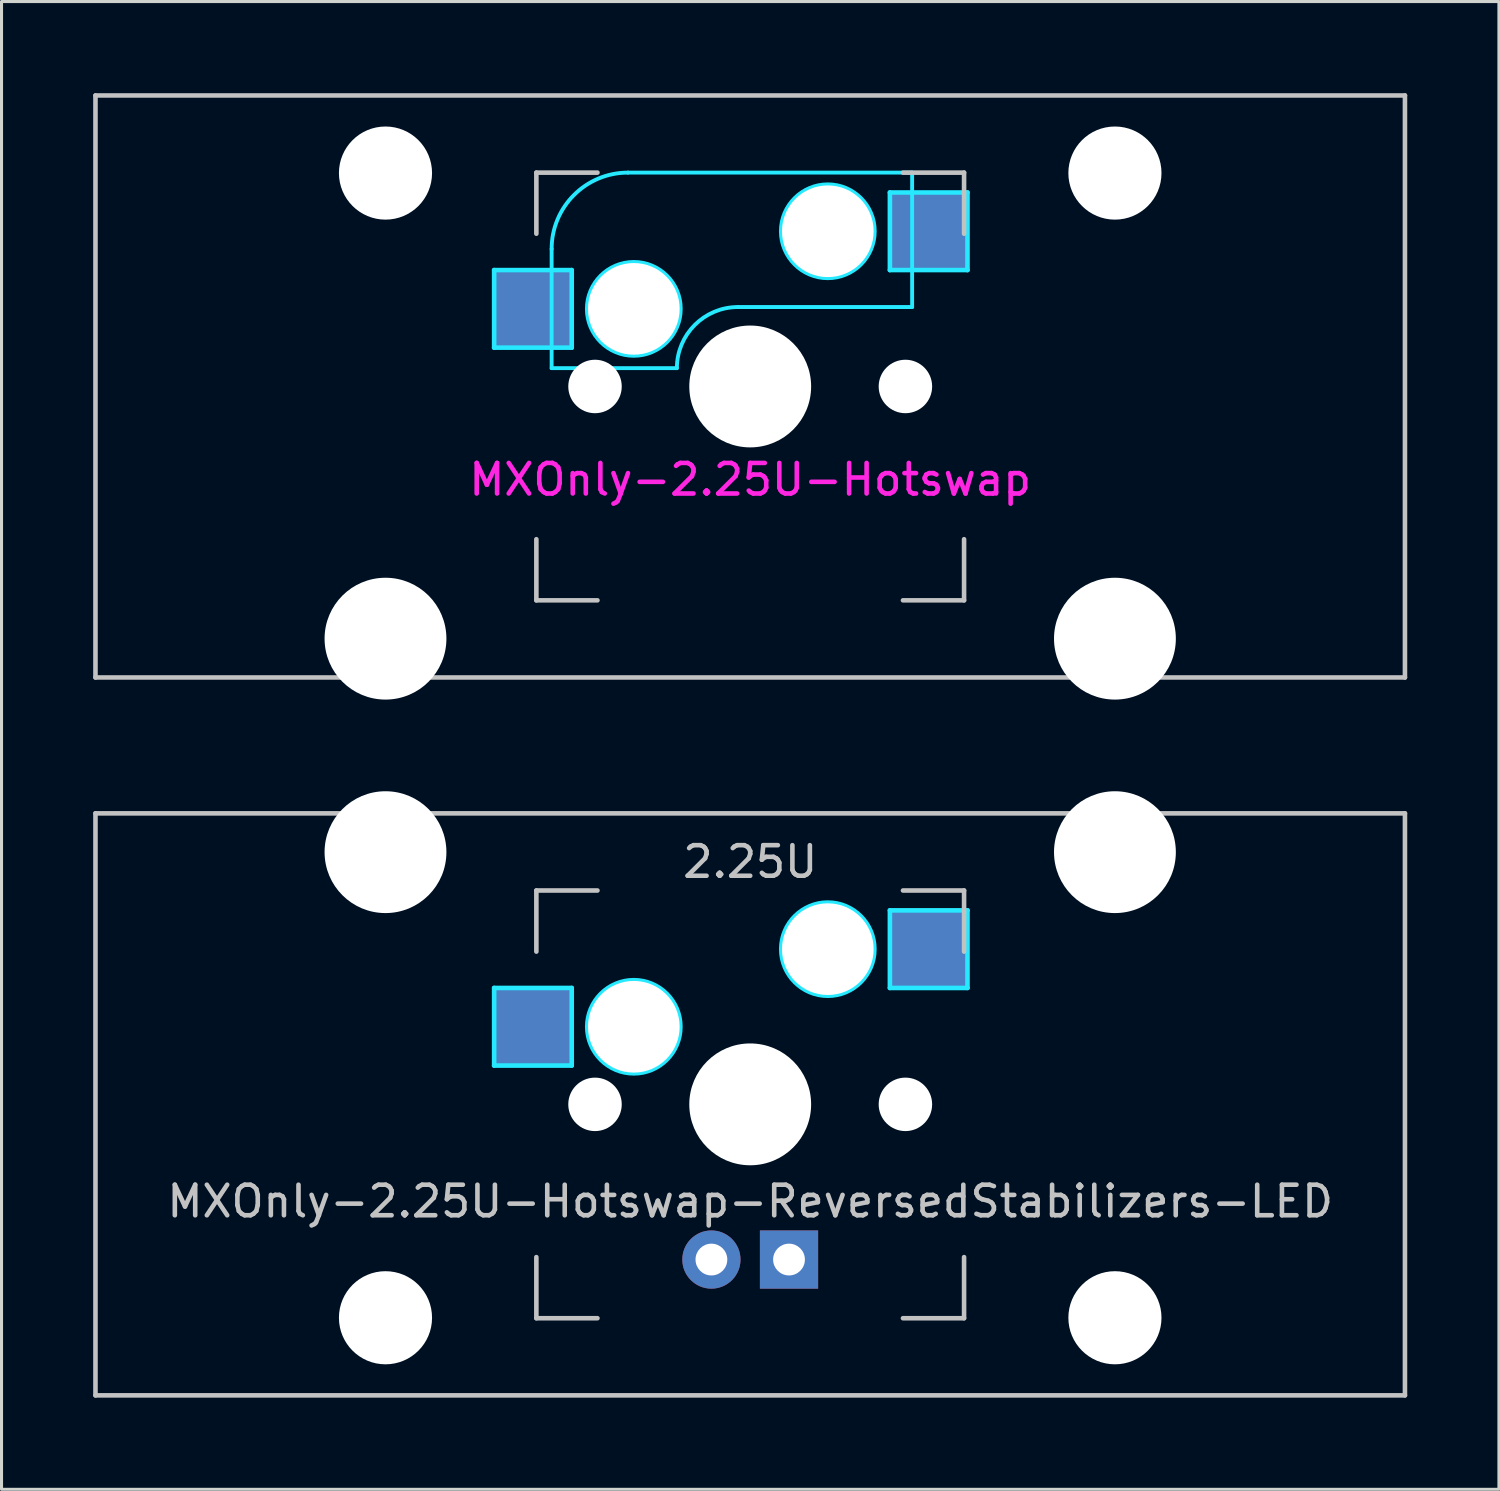
<source format=kicad_pcb>
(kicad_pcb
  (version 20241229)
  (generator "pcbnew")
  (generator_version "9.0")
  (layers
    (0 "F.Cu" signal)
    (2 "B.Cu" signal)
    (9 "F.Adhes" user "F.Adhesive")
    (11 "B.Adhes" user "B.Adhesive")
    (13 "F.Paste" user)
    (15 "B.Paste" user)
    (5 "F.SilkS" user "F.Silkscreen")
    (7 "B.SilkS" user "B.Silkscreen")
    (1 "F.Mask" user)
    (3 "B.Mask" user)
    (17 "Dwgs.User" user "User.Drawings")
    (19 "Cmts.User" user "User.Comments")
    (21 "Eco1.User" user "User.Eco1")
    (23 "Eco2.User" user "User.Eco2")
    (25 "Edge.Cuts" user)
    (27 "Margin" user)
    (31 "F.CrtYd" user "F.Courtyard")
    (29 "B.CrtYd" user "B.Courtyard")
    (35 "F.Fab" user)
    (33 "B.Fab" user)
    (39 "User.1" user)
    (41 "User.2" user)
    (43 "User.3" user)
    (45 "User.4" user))
  (footprint "MXOnly-2.25U-Hotswap-ReversedStabilizers-LED"
    (layer "F.Cu")
    (at 21.506 33.098)
    (property "Reference" "MXOnly-2.25U-Hotswap-ReversedStabilizers-LED" (at 0 3.175 0) (layer "Dwgs.User") (effects (font (size 1 1) (thickness 0.15))))
    (attr through_hole)
    (fp_line (start -21.431 -9.525) (end 21.431 -9.525) (stroke (width 0.15) (type solid)) (layer "Dwgs.User"))
    (fp_line (start -21.431 9.525) (end -21.431 -9.525) (stroke (width 0.15) (type solid)) (layer "Dwgs.User"))
    (fp_line (start -7 -7) (end -7 -5) (stroke (width 0.15) (type solid)) (layer "Dwgs.User"))
    (fp_line (start -7 5) (end -7 7) (stroke (width 0.15) (type solid)) (layer "Dwgs.User"))
    (fp_line (start -7 7) (end -5 7) (stroke (width 0.15) (type solid)) (layer "Dwgs.User"))
    (fp_line (start -5 -7) (end -7 -7) (stroke (width 0.15) (type solid)) (layer "Dwgs.User"))
    (fp_line (start 5 -7) (end 7 -7) (stroke (width 0.15) (type solid)) (layer "Dwgs.User"))
    (fp_line (start 5 7) (end 7 7) (stroke (width 0.15) (type solid)) (layer "Dwgs.User"))
    (fp_line (start 7 -7) (end 7 -5) (stroke (width 0.15) (type solid)) (layer "Dwgs.User"))
    (fp_line (start 7 7) (end 7 5) (stroke (width 0.15) (type solid)) (layer "Dwgs.User"))
    (fp_line (start 21.431 -9.525) (end 21.431 9.525) (stroke (width 0.15) (type solid)) (layer "Dwgs.User"))
    (fp_line (start 21.431 9.525) (end -21.431 9.525) (stroke (width 0.15) (type solid)) (layer "Dwgs.User"))
    (fp_line (start -8.382 -3.81) (end -5.842 -3.81) (stroke (width 0.15) (type solid)) (layer "B.CrtYd"))
    (fp_line (start -8.382 -1.27) (end -8.382 -3.81) (stroke (width 0.15) (type solid)) (layer "B.CrtYd"))
    (fp_line (start -5.842 -3.81) (end -5.842 -1.27) (stroke (width 0.15) (type solid)) (layer "B.CrtYd"))
    (fp_line (start -5.842 -1.27) (end -8.382 -1.27) (stroke (width 0.15) (type solid)) (layer "B.CrtYd"))
    (fp_line (start 4.572 -6.35) (end 7.112 -6.35) (stroke (width 0.15) (type solid)) (layer "B.CrtYd"))
    (fp_line (start 4.572 -3.81) (end 4.572 -6.35) (stroke (width 0.15) (type solid)) (layer "B.CrtYd"))
    (fp_line (start 7.112 -6.35) (end 7.112 -3.81) (stroke (width 0.15) (type solid)) (layer "B.CrtYd"))
    (fp_line (start 7.112 -3.81) (end 4.572 -3.81) (stroke (width 0.15) (type solid)) (layer "B.CrtYd"))
    (fp_circle (center -3.81 -2.54) (end -3.81 -4.064) (stroke (width 0.15) (type solid)) (fill no) (layer "B.CrtYd"))
    (fp_circle (center 2.54 -5.08) (end 2.54 -6.604) (stroke (width 0.15) (type solid)) (fill no) (layer "B.CrtYd"))
    (fp_text user "2.25U" (at 0 -7.938 0) (layer "Dwgs.User") (effects (font (size 1 1) (thickness 0.15))))
    (pad "" np_thru_hole circle (at -11.938 -8.255) (size 3.988 3.988) (drill 3.988) (layers "*.Cu" "*.Mask"))
    (pad "" np_thru_hole circle (at -11.938 6.985) (size 3.048 3.048) (drill 3.048) (layers "*.Cu" "*.Mask"))
    (pad "" np_thru_hole circle (at -5.08 0 48.1) (size 1.75 1.75) (drill 1.75) (layers "*.Cu" "*.Mask"))
    (pad "" np_thru_hole circle (at -3.81 -2.54) (size 3 3) (drill 3) (layers "*.Cu" "*.Mask"))
    (pad "" np_thru_hole circle (at 0 0) (size 3.988 3.988) (drill 3.988) (layers "*.Cu" "*.Mask"))
    (pad "" np_thru_hole circle (at 2.54 -5.08) (size 3 3) (drill 3) (layers "*.Cu" "*.Mask"))
    (pad "" np_thru_hole circle (at 5.08 0 48.1) (size 1.75 1.75) (drill 1.75) (layers "*.Cu" "*.Mask"))
    (pad "" np_thru_hole circle (at 11.938 -8.255) (size 3.988 3.988) (drill 3.988) (layers "*.Cu" "*.Mask"))
    (pad "" np_thru_hole circle (at 11.938 6.985) (size 3.048 3.048) (drill 3.048) (layers "*.Cu" "*.Mask"))
    (pad "1" smd rect (at -7.085 -2.54) (size 2.55 2.5) (layers "B.Cu" "B.Mask" "B.Paste"))
    (pad "2" smd rect (at 5.842 -5.08) (size 2.55 2.5) (layers "B.Cu" "B.Mask" "B.Paste"))
    (pad "3" thru_hole circle (at -1.27 5.08) (size 1.905 1.905) (drill 1.04) (layers "*.Cu" "B.Mask"))
    (pad "4" thru_hole rect (at 1.27 5.08) (size 1.905 1.905) (drill 1.04) (layers "*.Cu" "B.Mask")))
  (footprint "MXOnly-2.25U-Hotswap"
    (layer "F.Cu")
    (at 21.506 9.6)
    (property "Reference" "MXOnly-2.25U-Hotswap" (at 0 3.048 0) (layer "F.CrtYd") (effects (font (size 1 1) (thickness 0.15))))
    (attr smd)
    (fp_line (start -21.431 -9.525) (end 21.431 -9.525) (stroke (width 0.15) (type solid)) (layer "Dwgs.User"))
    (fp_line (start -21.431 9.525) (end -21.431 -9.525) (stroke (width 0.15) (type solid)) (layer "Dwgs.User"))
    (fp_line (start -7 -7) (end -7 -5) (stroke (width 0.15) (type solid)) (layer "Dwgs.User"))
    (fp_line (start -7 5) (end -7 7) (stroke (width 0.15) (type solid)) (layer "Dwgs.User"))
    (fp_line (start -7 7) (end -5 7) (stroke (width 0.15) (type solid)) (layer "Dwgs.User"))
    (fp_line (start -5 -7) (end -7 -7) (stroke (width 0.15) (type solid)) (layer "Dwgs.User"))
    (fp_line (start 5 -7) (end 7 -7) (stroke (width 0.15) (type solid)) (layer "Dwgs.User"))
    (fp_line (start 5 7) (end 7 7) (stroke (width 0.15) (type solid)) (layer "Dwgs.User"))
    (fp_line (start 7 -7) (end 7 -5) (stroke (width 0.15) (type solid)) (layer "Dwgs.User"))
    (fp_line (start 7 7) (end 7 5) (stroke (width 0.15) (type solid)) (layer "Dwgs.User"))
    (fp_line (start 21.431 -9.525) (end 21.431 9.525) (stroke (width 0.15) (type solid)) (layer "Dwgs.User"))
    (fp_line (start 21.431 9.525) (end -21.431 9.525) (stroke (width 0.15) (type solid)) (layer "Dwgs.User"))
    (fp_line (start -8.382 -3.81) (end -5.842 -3.81) (stroke (width 0.15) (type solid)) (layer "B.CrtYd"))
    (fp_line (start -8.382 -1.27) (end -8.382 -3.81) (stroke (width 0.15) (type solid)) (layer "B.CrtYd"))
    (fp_line (start -6.5 -4.5) (end -6.5 -0.6) (stroke (width 0.127) (type solid)) (layer "B.CrtYd"))
    (fp_line (start -6.5 -0.6) (end -2.4 -0.6) (stroke (width 0.127) (type solid)) (layer "B.CrtYd"))
    (fp_line (start -5.842 -3.81) (end -5.842 -1.27) (stroke (width 0.15) (type solid)) (layer "B.CrtYd"))
    (fp_line (start -5.842 -1.27) (end -8.382 -1.27) (stroke (width 0.15) (type solid)) (layer "B.CrtYd"))
    (fp_line (start -0.4 -2.6) (end 5.3 -2.6) (stroke (width 0.127) (type solid)) (layer "B.CrtYd"))
    (fp_line (start 4.572 -6.35) (end 7.112 -6.35) (stroke (width 0.15) (type solid)) (layer "B.CrtYd"))
    (fp_line (start 4.572 -3.81) (end 4.572 -6.35) (stroke (width 0.15) (type solid)) (layer "B.CrtYd"))
    (fp_line (start 5.3 -7) (end -4 -7) (stroke (width 0.127) (type solid)) (layer "B.CrtYd"))
    (fp_line (start 5.3 -7) (end 5.3 -2.6) (stroke (width 0.127) (type solid)) (layer "B.CrtYd"))
    (fp_line (start 7.112 -6.35) (end 7.112 -3.81) (stroke (width 0.15) (type solid)) (layer "B.CrtYd"))
    (fp_line (start 7.112 -3.81) (end 4.572 -3.81) (stroke (width 0.15) (type solid)) (layer "B.CrtYd"))
    (fp_arc (start -6.5 -4.5) (mid -5.767767 -6.267767) (end -4 -7) (stroke (width 0.127) (type solid)) (layer "B.CrtYd"))
    (fp_arc (start -2.4 -0.6) (mid -1.814214 -2.014214) (end -0.4 -2.6) (stroke (width 0.127) (type solid)) (layer "B.CrtYd"))
    (fp_circle (center -3.81 -2.54) (end -3.81 -4.064) (stroke (width 0.15) (type solid)) (fill no) (layer "B.CrtYd"))
    (fp_circle (center 2.54 -5.08) (end 2.54 -6.604) (stroke (width 0.15) (type solid)) (fill no) (layer "B.CrtYd"))
    (pad "" np_thru_hole circle (at -11.938 -6.985) (size 3.048 3.048) (drill 3.048) (layers "*.Cu" "*.Mask"))
    (pad "" np_thru_hole circle (at -11.938 8.255) (size 3.988 3.988) (drill 3.988) (layers "*.Cu" "*.Mask"))
    (pad "" np_thru_hole circle (at -5.08 0 48.1) (size 1.75 1.75) (drill 1.75) (layers "*.Cu" "*.Mask"))
    (pad "" np_thru_hole circle (at -3.81 -2.54) (size 3 3) (drill 3) (layers "*.Cu" "*.Mask"))
    (pad "" np_thru_hole circle (at 0 0) (size 3.988 3.988) (drill 3.988) (layers "*.Cu" "*.Mask"))
    (pad "" np_thru_hole circle (at 2.54 -5.08) (size 3 3) (drill 3) (layers "*.Cu" "*.Mask"))
    (pad "" np_thru_hole circle (at 5.08 0 48.1) (size 1.75 1.75) (drill 1.75) (layers "*.Cu" "*.Mask"))
    (pad "" np_thru_hole circle (at 11.938 -6.985) (size 3.048 3.048) (drill 3.048) (layers "*.Cu" "*.Mask"))
    (pad "" np_thru_hole circle (at 11.938 8.255) (size 3.988 3.988) (drill 3.988) (layers "*.Cu" "*.Mask"))
    (pad "1" smd rect (at -7.085 -2.54) (size 2.55 2.5) (layers "B.Cu" "B.Mask" "B.Paste"))
    (pad "2" smd rect (at 5.842 -5.08) (size 2.55 2.5) (layers "B.Cu" "B.Mask" "B.Paste")))
  (gr_rect
    (start -3 -3)
    (end 46.013 45.698)
    (stroke (width 0.1) (type default))
    (fill no)
    (layer "Edge.Cuts")))
</source>
